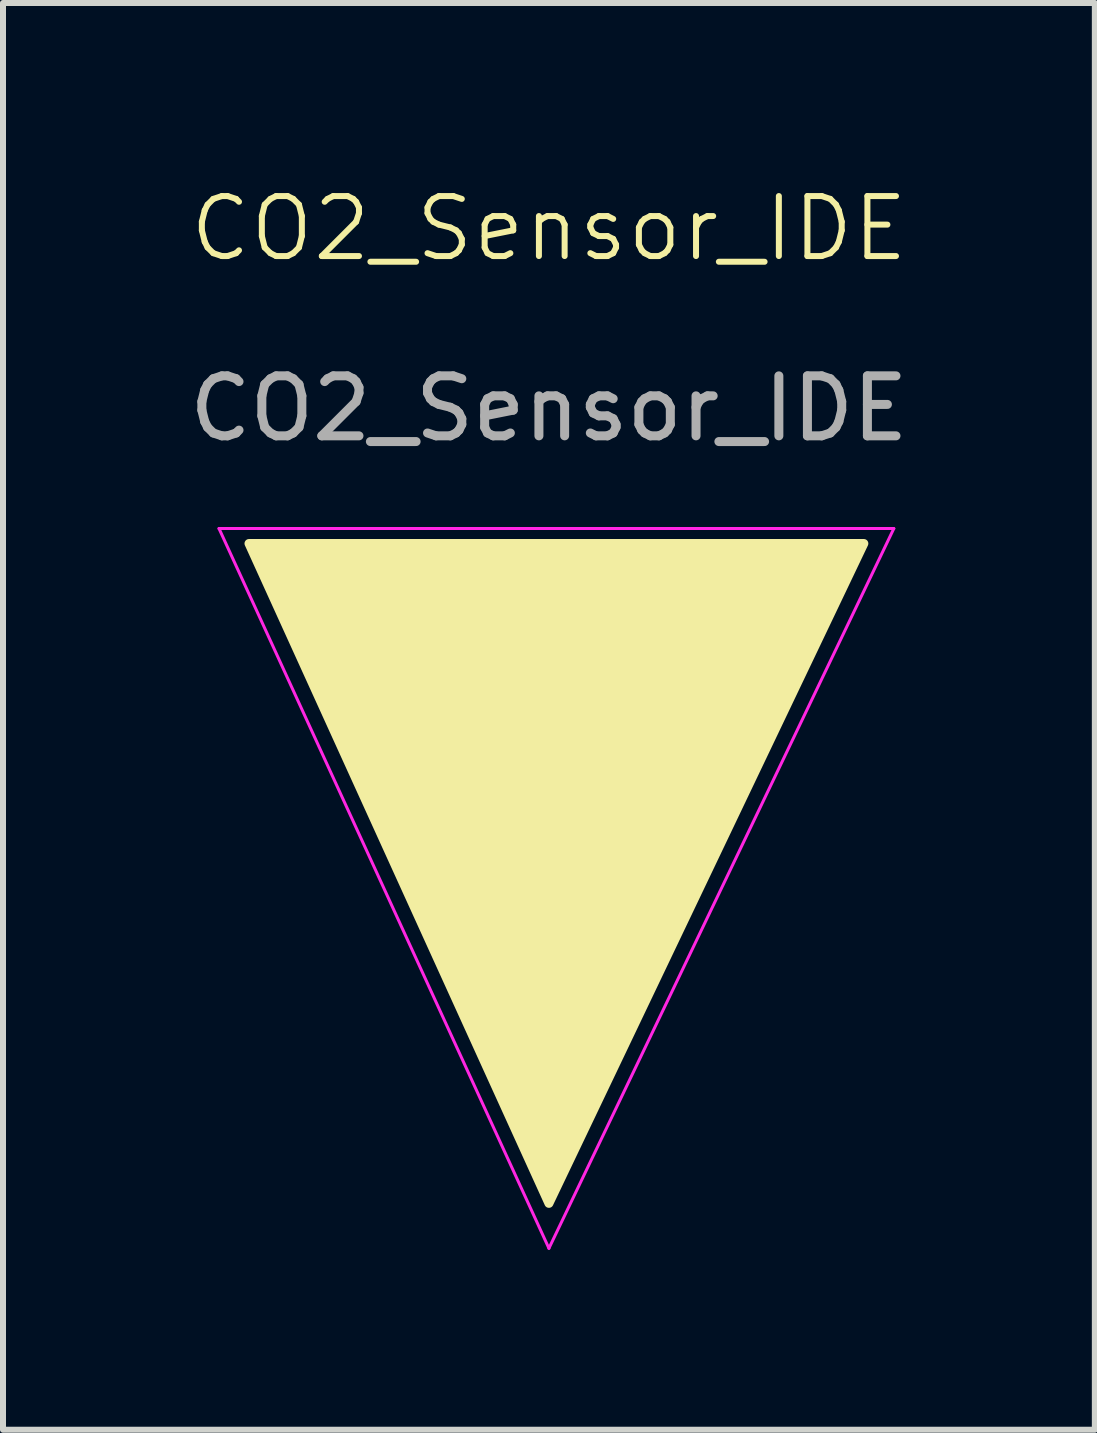
<source format=kicad_pcb>
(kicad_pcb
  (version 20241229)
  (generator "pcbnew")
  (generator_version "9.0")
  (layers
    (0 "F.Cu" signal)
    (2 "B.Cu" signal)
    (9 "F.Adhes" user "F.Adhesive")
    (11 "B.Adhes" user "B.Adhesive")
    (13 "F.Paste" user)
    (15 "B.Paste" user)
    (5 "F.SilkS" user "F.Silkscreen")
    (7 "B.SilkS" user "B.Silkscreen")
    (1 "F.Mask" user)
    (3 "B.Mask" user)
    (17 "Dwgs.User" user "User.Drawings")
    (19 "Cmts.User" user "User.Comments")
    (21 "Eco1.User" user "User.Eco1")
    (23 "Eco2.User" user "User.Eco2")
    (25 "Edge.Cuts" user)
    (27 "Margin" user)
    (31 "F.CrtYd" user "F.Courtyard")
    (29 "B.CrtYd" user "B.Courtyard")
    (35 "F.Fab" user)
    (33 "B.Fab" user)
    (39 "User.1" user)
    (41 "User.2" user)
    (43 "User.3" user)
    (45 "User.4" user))
  (footprint "CO2_Sensor_IDE"
    (layer "F.Cu")
    (at 6.101 13.261)
    (property "Reference" "CO2_Sensor_IDE" (at 0 -12.5 0) (unlocked yes) (layer "F.SilkS") (effects (font (size 1 1) (thickness 0.1))))
    (attr smd)
    (fp_poly (pts (xy -5 -7.25) (xy 5.25 -7.25) (xy 0 3.75)) (stroke (width 0.15) (type solid)) (fill yes) (layer "F.SilkS"))
    (fp_line (start -5.5 -7.5) (end 5.75 -7.5) (stroke (width 0.05) (type default)) (layer "F.CrtYd"))
    (fp_line (start 0 4.5) (end -5.5 -7.5) (stroke (width 0.05) (type default)) (layer "F.CrtYd"))
    (fp_line (start 5.75 -7.5) (end 0 4.5) (stroke (width 0.05) (type default)) (layer "F.CrtYd"))
    (fp_text user "${REFERENCE}" (at 0 -9.5 0) (unlocked yes) (layer "F.Fab") (effects (font (size 1 1) (thickness 0.15))))
    (pad "1" smd rect (at 2.5 -4.25 90) (size 2.286 1.524) (layers "F.Cu" "F.Mask" "F.Paste"))
    (pad "2" smd rect (at -2.25 -4.25 90) (size 2.286 1.524) (layers "F.Cu" "F.Mask" "F.Paste"))
    (pad "3" smd rect (at 0 -6.25) (size 2.286 1.524) (layers "F.Cu" "F.Mask" "F.Paste")))
  (gr_rect
    (start -3 -3)
    (end 15.202 20.785)
    (stroke (width 0.1) (type default))
    (fill no)
    (layer "Edge.Cuts")))
</source>
